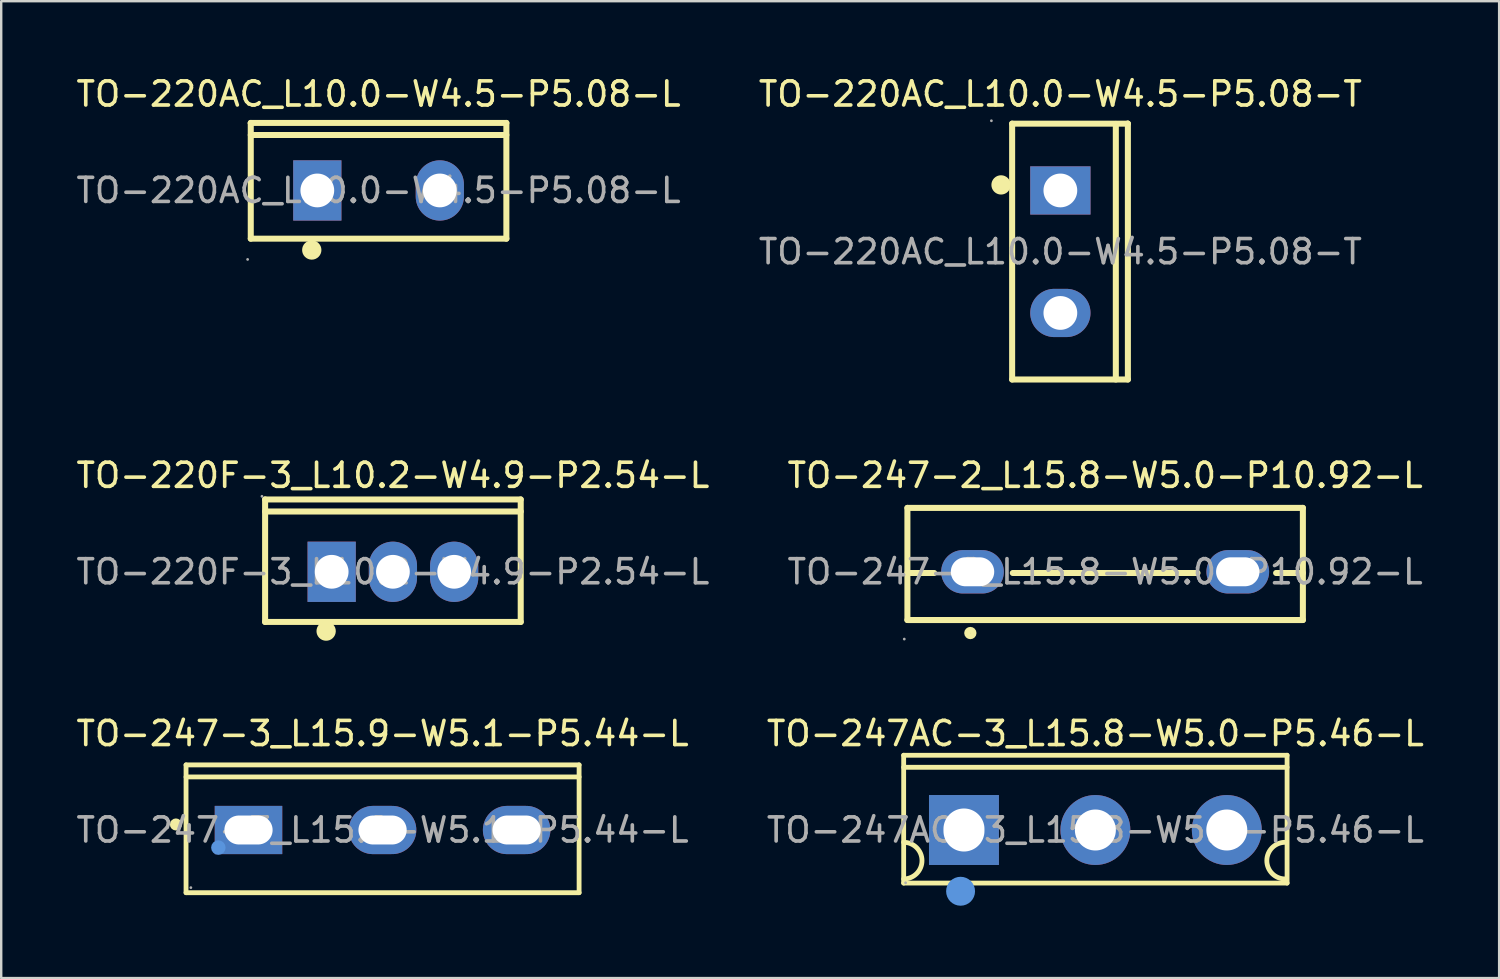
<source format=kicad_pcb>
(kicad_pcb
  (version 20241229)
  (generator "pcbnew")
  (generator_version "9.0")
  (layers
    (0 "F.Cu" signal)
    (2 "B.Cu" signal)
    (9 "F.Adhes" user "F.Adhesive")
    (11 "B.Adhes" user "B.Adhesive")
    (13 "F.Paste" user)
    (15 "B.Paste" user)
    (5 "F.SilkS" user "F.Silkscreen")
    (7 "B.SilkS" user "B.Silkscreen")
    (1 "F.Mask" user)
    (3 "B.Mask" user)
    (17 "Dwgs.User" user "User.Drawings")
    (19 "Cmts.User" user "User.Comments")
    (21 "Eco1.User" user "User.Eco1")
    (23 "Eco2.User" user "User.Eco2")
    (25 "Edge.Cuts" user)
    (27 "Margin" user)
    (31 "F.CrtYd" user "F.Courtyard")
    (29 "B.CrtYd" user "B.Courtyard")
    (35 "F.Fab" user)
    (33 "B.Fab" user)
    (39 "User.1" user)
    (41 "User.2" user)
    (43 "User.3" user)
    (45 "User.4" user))
  (footprint "TO-220AC_L10.0-W4.5-P5.08-L"
    (layer "F.Cu")
    (at 12.649 4.848)
    (property "Reference" "TO-220AC_L10.0-W4.5-P5.08-L" (at 0 -4 0) (layer "F.SilkS") (effects (font (size 1 1) (thickness 0.15))))
    (attr through_hole)
    (fp_line (start -5.3 -2.8) (end 5.3 -2.8) (stroke (width 0.25) (type solid)) (layer "F.SilkS"))
    (fp_line (start -5.3 -2.79) (end -5.3 -2.8) (stroke (width 0.25) (type solid)) (layer "F.SilkS"))
    (fp_line (start -5.3 2) (end -5.3 -2.79) (stroke (width 0.25) (type solid)) (layer "F.SilkS"))
    (fp_line (start 5.3 -2.8) (end 5.3 2) (stroke (width 0.25) (type solid)) (layer "F.SilkS"))
    (fp_line (start 5.3 -2.3) (end -5.3 -2.3) (stroke (width 0.25) (type solid)) (layer "F.SilkS"))
    (fp_line (start 5.3 2) (end -5.3 2) (stroke (width 0.25) (type solid)) (layer "F.SilkS"))
    (fp_arc (start -2.77 2.47) (mid -2.77 2.47) (end -2.77 2.47) (stroke (width 0.4) (type solid)) (layer "F.SilkS"))
    (fp_circle (center -5.43 2.86) (end -5.4 2.86) (stroke (width 0.06) (type solid)) (fill no) (layer "F.Fab"))
    (fp_circle (center -2.54 0) (end -2.24 0) (stroke (width 0.6) (type solid)) (fill no) (layer "F.Fab"))
    (fp_circle (center 2.54 0) (end 2.84 0) (stroke (width 0.6) (type solid)) (fill no) (layer "F.Fab"))
    (fp_text user "${REFERENCE}" (at 0 0 0) (layer "F.Fab") (effects (font (size 1 1) (thickness 0.15))))
    (pad "1" thru_hole rect (at -2.54 0) (size 2 2.5) (drill 1.4) (layers "*.Cu" "*.Paste" "*.Mask"))
    (pad "2" thru_hole oval (at 2.54 0) (size 2 2.5) (drill 1.4) (layers "*.Cu" "*.Paste" "*.Mask")))
  (footprint "TO-220F-3_L10.2-W4.9-P2.54-L"
    (layer "F.Cu")
    (at 13.244 20.662)
    (property "Reference" "TO-220F-3_L10.2-W4.9-P2.54-L" (at 0 -4 0) (layer "F.SilkS") (effects (font (size 1 1) (thickness 0.15))))
    (attr through_hole)
    (fp_line (start -5.3 -3) (end 5.3 -3) (stroke (width 0.25) (type solid)) (layer "F.SilkS"))
    (fp_line (start -5.3 2.08) (end -5.3 -3) (stroke (width 0.25) (type solid)) (layer "F.SilkS"))
    (fp_line (start 5.3 -3) (end 5.3 2.08) (stroke (width 0.25) (type solid)) (layer "F.SilkS"))
    (fp_line (start 5.3 -2.5) (end -5.3 -2.5) (stroke (width 0.25) (type solid)) (layer "F.SilkS"))
    (fp_line (start 5.3 2.08) (end -5.3 2.08) (stroke (width 0.25) (type solid)) (layer "F.SilkS"))
    (fp_arc (start -2.76 2.26) (mid -2.774988 2.660188) (end -2.770027 2.25975) (stroke (width 0.4) (type solid)) (layer "F.SilkS"))
    (fp_circle (center -5.43 -3.13) (end -5.4 -3.13) (stroke (width 0.06) (type solid)) (fill no) (layer "F.Fab"))
    (fp_circle (center -2.54 0) (end -2.24 0) (stroke (width 0.6) (type solid)) (fill no) (layer "F.Fab"))
    (fp_circle (center 0 0) (end 0.3 0) (stroke (width 0.6) (type solid)) (fill no) (layer "F.Fab"))
    (fp_circle (center 2.54 0) (end 2.84 0) (stroke (width 0.6) (type solid)) (fill no) (layer "F.Fab"))
    (fp_text user "${REFERENCE}" (at 0 0 0) (layer "F.Fab") (effects (font (size 1 1) (thickness 0.15))))
    (pad "1" thru_hole rect (at -2.54 0) (size 2 2.5) (drill 1.4) (layers "*.Cu" "*.Paste" "*.Mask"))
    (pad "2" thru_hole oval (at 0 0) (size 2 2.5) (drill 1.4) (layers "*.Cu" "*.Paste" "*.Mask"))
    (pad "3" thru_hole oval (at 2.54 0) (size 2 2.5) (drill 1.4) (layers "*.Cu" "*.Paste" "*.Mask")))
  (footprint "TO-247AC-3_L15.8-W5.0-P5.46-L"
    (layer "F.Cu")
    (at 42.375 31.37)
    (property "Reference" "TO-247AC-3_L15.8-W5.0-P5.46-L" (at 0 -4 0) (layer "F.SilkS") (effects (font (size 1 1) (thickness 0.15))))
    (attr through_hole)
    (fp_line (start -7.95 -3.1) (end -7.95 2.2) (stroke (width 0.2) (type solid)) (layer "F.SilkS"))
    (fp_line (start -7.95 -2.6) (end 7.95 -2.6) (stroke (width 0.2) (type solid)) (layer "F.SilkS"))
    (fp_line (start -7.95 2.2) (end 7.95 2.2) (stroke (width 0.2) (type solid)) (layer "F.SilkS"))
    (fp_line (start 7.95 -3.1) (end -7.95 -3.1) (stroke (width 0.2) (type solid)) (layer "F.SilkS"))
    (fp_line (start 7.95 2.2) (end 7.95 -3.1) (stroke (width 0.2) (type solid)) (layer "F.SilkS"))
    (fp_arc (start -7.95 0.51) (mid -7.19 1.27) (end -7.95 2.03) (stroke (width 0.2) (type solid)) (layer "F.SilkS"))
    (fp_arc (start 7.87 2.03) (mid 7.11 1.27) (end 7.87 0.51) (stroke (width 0.2) (type solid)) (layer "F.SilkS"))
    (fp_circle (center -5.59 2.54) (end -5.29 2.54) (stroke (width 0.6) (type solid)) (fill no) (layer "Cmts.User"))
    (fp_circle (center -7.87 2.19) (end -7.84 2.19) (stroke (width 0.06) (type solid)) (fill no) (layer "F.Fab"))
    (fp_text user "${REFERENCE}" (at 0 0 0) (layer "F.Fab") (effects (font (size 1 1) (thickness 0.15))))
    (pad "1" thru_hole rect (at -5.45 0) (size 2.9 2.9) (drill oval 1.7 1.785) (layers "*.Cu" "*.Paste" "*.Mask"))
    (pad "2" thru_hole circle (at 0 0) (size 2.9 2.9) (drill 1.7) (layers "*.Cu" "*.Paste" "*.Mask"))
    (pad "3" thru_hole circle (at 5.45 0) (size 2.9 2.9) (drill 1.7) (layers "*.Cu" "*.Paste" "*.Mask")))
  (footprint "TO-220AC_L10.0-W4.5-P5.08-T"
    (layer "F.Cu")
    (at 40.923 7.388)
    (property "Reference" "TO-220AC_L10.0-W4.5-P5.08-T" (at 0 -6.54 0) (layer "F.SilkS") (effects (font (size 1 1) (thickness 0.15))))
    (attr through_hole)
    (fp_line (start -2 -5.31) (end 2.79 -5.31) (stroke (width 0.25) (type solid)) (layer "F.SilkS"))
    (fp_line (start -2 5.3) (end -2 -5.31) (stroke (width 0.25) (type solid)) (layer "F.SilkS"))
    (fp_line (start 2.3 5.3) (end 2.3 -5.3) (stroke (width 0.25) (type solid)) (layer "F.SilkS"))
    (fp_line (start 2.79 -5.31) (end 2.8 -5.31) (stroke (width 0.25) (type solid)) (layer "F.SilkS"))
    (fp_line (start 2.8 -5.31) (end 2.8 5.3) (stroke (width 0.25) (type solid)) (layer "F.SilkS"))
    (fp_line (start 2.8 5.3) (end -2 5.3) (stroke (width 0.25) (type solid)) (layer "F.SilkS"))
    (fp_arc (start -2.46 -2.77) (mid -2.46 -2.77) (end -2.46 -2.77) (stroke (width 0.4) (type solid)) (layer "F.SilkS"))
    (fp_circle (center -2.86 -5.43) (end -2.83 -5.43) (stroke (width 0.06) (type solid)) (fill no) (layer "F.Fab"))
    (fp_circle (center 0 -2.54) (end 0.3 -2.54) (stroke (width 0.6) (type solid)) (fill no) (layer "F.Fab"))
    (fp_circle (center 0 2.54) (end 0.3 2.54) (stroke (width 0.6) (type solid)) (fill no) (layer "F.Fab"))
    (fp_text user "${REFERENCE}" (at 0 0 0) (layer "F.Fab") (effects (font (size 1 1) (thickness 0.15))))
    (pad "1" thru_hole rect (at 0 -2.54 270) (size 2 2.5) (drill 1.4) (layers "*.Cu" "*.Paste" "*.Mask"))
    (pad "2" thru_hole oval (at 0 2.54 270) (size 2 2.5) (drill 1.4) (layers "*.Cu" "*.Paste" "*.Mask")))
  (footprint "TO-247-2_L15.8-W5.0-P10.92-L"
    (layer "F.Cu")
    (at 42.78 20.662)
    (property "Reference" "TO-247-2_L15.8-W5.0-P10.92-L" (at 0 -4 0) (layer "F.SilkS") (effects (font (size 1 1) (thickness 0.15))))
    (attr through_hole)
    (fp_line (start -8.2 -2.65) (end -8.2 2) (stroke (width 0.25) (type solid)) (layer "F.SilkS"))
    (fp_line (start -8.2 -2.65) (end 8.2 -2.65) (stroke (width 0.25) (type solid)) (layer "F.SilkS"))
    (fp_line (start -8.2 0.05) (end -7.09 0.05) (stroke (width 0.25) (type solid)) (layer "F.SilkS"))
    (fp_line (start -8.2 2) (end 8.2 2) (stroke (width 0.25) (type solid)) (layer "F.SilkS"))
    (fp_line (start -3.83 0.05) (end 3.83 0.05) (stroke (width 0.25) (type solid)) (layer "F.SilkS"))
    (fp_line (start 7.09 0.05) (end 8.2 0.05) (stroke (width 0.25) (type solid)) (layer "F.SilkS"))
    (fp_line (start 8.2 -2.65) (end 8.2 2) (stroke (width 0.25) (type solid)) (layer "F.SilkS"))
    (fp_circle (center -5.59 2.54) (end -5.46 2.54) (stroke (width 0.25) (type solid)) (fill no) (layer "F.SilkS"))
    (fp_circle (center -8.33 2.79) (end -8.3 2.79) (stroke (width 0.06) (type solid)) (fill no) (layer "F.Fab"))
    (fp_text user "${REFERENCE}" (at 0 0 0) (layer "F.Fab") (effects (font (size 1 1) (thickness 0.15))))
    (pad "1" thru_hole oval (at -5.5 0) (size 2.6 1.8) (drill oval 1.8 1.2) (layers "*.Cu" "*.Paste" "*.Mask"))
    (pad "3" thru_hole oval (at 5.5 0) (size 2.6 1.8) (drill oval 1.8 1.2) (layers "*.Cu" "*.Paste" "*.Mask")))
  (footprint "TO-247-3_L15.9-W5.1-P5.44-L"
    (layer "F.Cu")
    (at 12.815 31.37)
    (property "Reference" "TO-247-3_L15.9-W5.1-P5.44-L" (at 0 -4 0) (layer "F.SilkS") (effects (font (size 1 1) (thickness 0.15))))
    (attr through_hole)
    (fp_line (start -8.15 -2.7) (end -8.15 2.6) (stroke (width 0.2) (type solid)) (layer "F.SilkS"))
    (fp_line (start 8.15 -2.7) (end -8.15 -2.7) (stroke (width 0.2) (type solid)) (layer "F.SilkS"))
    (fp_line (start 8.15 -2.2) (end -8.15 -2.2) (stroke (width 0.2) (type solid)) (layer "F.SilkS"))
    (fp_line (start 8.15 2.6) (end -8.15 2.6) (stroke (width 0.2) (type solid)) (layer "F.SilkS"))
    (fp_line (start 8.15 2.6) (end 8.15 -2.7) (stroke (width 0.2) (type solid)) (layer "F.SilkS"))
    (fp_arc (start -8.57 -0.23) (mid -8.57 -0.23) (end -8.57 -0.23) (stroke (width 0.25) (type solid)) (layer "F.SilkS"))
    (fp_circle (center -6.81 0.73) (end -6.66 0.73) (stroke (width 0.3) (type solid)) (fill no) (layer "Cmts.User"))
    (fp_circle (center -7.95 2.39) (end -7.92 2.39) (stroke (width 0.06) (type solid)) (fill no) (layer "F.Fab"))
    (fp_text user "${REFERENCE}" (at 0 0 0) (layer "F.Fab") (effects (font (size 1 1) (thickness 0.15))))
    (pad "1" thru_hole rect (at -5.56 0 90) (size 2 2.8) (drill oval 1.2 2) (layers "*.Cu" "*.Paste" "*.Mask"))
    (pad "2" thru_hole oval (at 0 0 90) (size 2 2.8) (drill oval 1.2 2) (layers "*.Cu" "*.Paste" "*.Mask"))
    (pad "3" thru_hole oval (at 5.56 0 90) (size 2 2.8) (drill oval 1.2 2) (layers "*.Cu" "*.Paste" "*.Mask")))
  (gr_rect
    (start -3 -3)
    (end 59.119 37.51)
    (stroke (width 0.1) (type default))
    (fill no)
    (layer "Edge.Cuts")))
</source>
